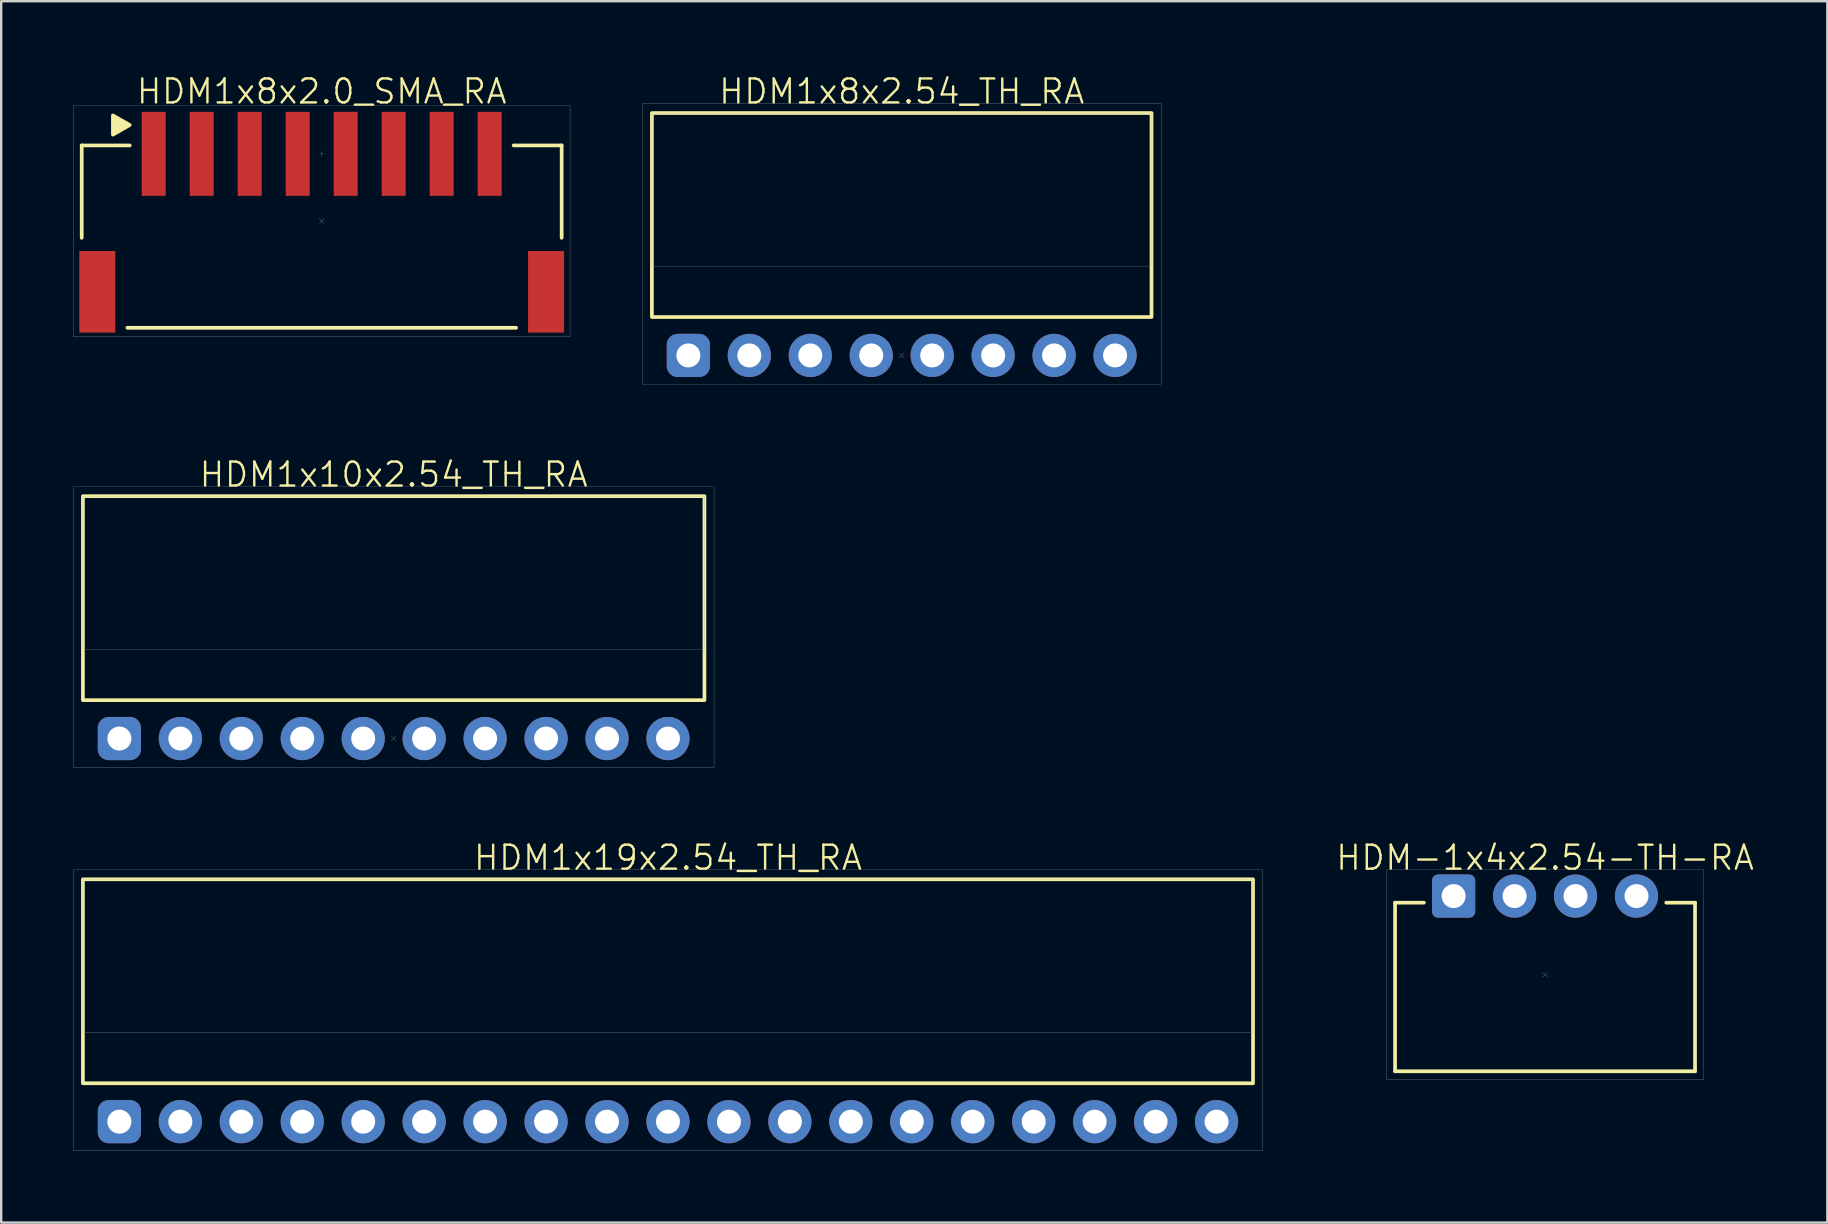
<source format=kicad_pcb>
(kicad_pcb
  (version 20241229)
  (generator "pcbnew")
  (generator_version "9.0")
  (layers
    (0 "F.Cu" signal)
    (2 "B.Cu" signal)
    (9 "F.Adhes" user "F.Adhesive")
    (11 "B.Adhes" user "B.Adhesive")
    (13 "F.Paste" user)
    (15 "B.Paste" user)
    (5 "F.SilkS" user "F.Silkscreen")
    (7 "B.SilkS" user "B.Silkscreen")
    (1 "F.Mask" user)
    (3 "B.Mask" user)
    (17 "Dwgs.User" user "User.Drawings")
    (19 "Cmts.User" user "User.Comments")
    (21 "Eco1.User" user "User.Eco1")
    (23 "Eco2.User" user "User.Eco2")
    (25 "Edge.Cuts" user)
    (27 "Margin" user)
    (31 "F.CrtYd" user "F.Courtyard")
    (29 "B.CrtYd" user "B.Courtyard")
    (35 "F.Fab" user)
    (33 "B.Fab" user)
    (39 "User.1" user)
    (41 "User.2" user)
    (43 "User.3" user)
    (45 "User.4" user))
  (footprint "HDM1x19x2.54_TH_RA"
    (layer "F.Cu")
    (at 24.785 43.691)
    (property "Reference" "HDM1x19x2.54_TH_RA" (at 0 -11 0) (unlocked yes) (layer "F.SilkS") (effects (font (size 1 1) (thickness 0.1))))
    (attr through_hole)
    (fp_rect (start -24.38 -10.1) (end 24.38 -1.6) (stroke (width 0.154) (type default)) (fill no) (layer "F.SilkS"))
    (fp_rect (start -24.78 -10.5) (end 24.78 1.2) (stroke (width 0.01) (type default)) (fill no) (layer "F.Fab"))
    (fp_rect (start -24.38 -10.1) (end 24.38 -3.7) (stroke (width 0.01) (type default)) (fill no) (layer "F.Fab"))
    (pad "1" thru_hole roundrect (at -22.86 0) (size 1.8 1.8) (drill 1) (layers "*.Cu" "*.Mask") (roundrect_rratio 0.25))
    (pad "2" thru_hole circle (at -20.32 0) (size 1.8 1.8) (drill 1) (layers "*.Cu" "*.Mask"))
    (pad "3" thru_hole circle (at -17.78 0) (size 1.8 1.8) (drill 1) (layers "*.Cu" "*.Mask"))
    (pad "4" thru_hole circle (at -15.24 0) (size 1.8 1.8) (drill 1) (layers "*.Cu" "*.Mask"))
    (pad "5" thru_hole circle (at -12.7 0) (size 1.8 1.8) (drill 1) (layers "*.Cu" "*.Mask"))
    (pad "6" thru_hole circle (at -10.16 0) (size 1.8 1.8) (drill 1) (layers "*.Cu" "*.Mask"))
    (pad "7" thru_hole circle (at -7.62 0) (size 1.8 1.8) (drill 1) (layers "*.Cu" "*.Mask"))
    (pad "8" thru_hole circle (at -5.08 0) (size 1.8 1.8) (drill 1) (layers "*.Cu" "*.Mask"))
    (pad "9" thru_hole circle (at -2.54 0) (size 1.8 1.8) (drill 1) (layers "*.Cu" "*.Mask"))
    (pad "10" thru_hole circle (at 0 0) (size 1.8 1.8) (drill 1) (layers "*.Cu" "*.Mask"))
    (pad "11" thru_hole circle (at 2.54 0) (size 1.8 1.8) (drill 1) (layers "*.Cu" "*.Mask"))
    (pad "12" thru_hole circle (at 5.08 0) (size 1.8 1.8) (drill 1) (layers "*.Cu" "*.Mask"))
    (pad "13" thru_hole circle (at 7.62 0) (size 1.8 1.8) (drill 1) (layers "*.Cu" "*.Mask"))
    (pad "14" thru_hole circle (at 10.16 0) (size 1.8 1.8) (drill 1) (layers "*.Cu" "*.Mask"))
    (pad "15" thru_hole circle (at 12.7 0) (size 1.8 1.8) (drill 1) (layers "*.Cu" "*.Mask"))
    (pad "16" thru_hole circle (at 15.24 0) (size 1.8 1.8) (drill 1) (layers "*.Cu" "*.Mask"))
    (pad "17" thru_hole circle (at 17.78 0) (size 1.8 1.8) (drill 1) (layers "*.Cu" "*.Mask"))
    (pad "18" thru_hole circle (at 20.32 0) (size 1.8 1.8) (drill 1) (layers "*.Cu" "*.Mask"))
    (pad "19" thru_hole circle (at 22.86 0) (size 1.8 1.8) (drill 1) (layers "*.Cu" "*.Mask")))
  (footprint "HDM1x8x2.54_TH_RA"
    (layer "F.Cu")
    (at 34.525 11.761)
    (property "Reference" "HDM1x8x2.54_TH_RA" (at 0 -11 0) (unlocked yes) (layer "F.SilkS") (effects (font (size 1 1) (thickness 0.1))))
    (attr through_hole)
    (fp_rect (start -10.41 -10.1) (end 10.41 -1.6) (stroke (width 0.154) (type default)) (fill no) (layer "F.SilkS"))
    (fp_line (start -0.1 -0.1) (end 0.1 0.1) (stroke (width 0.01) (type default)) (layer "F.Fab"))
    (fp_line (start 0.1 -0.1) (end -0.1 0.1) (stroke (width 0.01) (type default)) (layer "F.Fab"))
    (fp_rect (start -10.81 -10.5) (end 10.81 1.2) (stroke (width 0.01) (type default)) (fill no) (layer "F.Fab"))
    (fp_rect (start -10.41 -10.1) (end 10.41 -3.7) (stroke (width 0.01) (type default)) (fill no) (layer "F.Fab"))
    (pad "1" thru_hole roundrect (at -8.89 0) (size 1.8 1.8) (drill 1) (layers "*.Cu" "*.Mask") (roundrect_rratio 0.25))
    (pad "2" thru_hole circle (at -6.35 0) (size 1.8 1.8) (drill 1) (layers "*.Cu" "*.Mask"))
    (pad "3" thru_hole circle (at -3.81 0) (size 1.8 1.8) (drill 1) (layers "*.Cu" "*.Mask"))
    (pad "4" thru_hole circle (at -1.27 0) (size 1.8 1.8) (drill 1) (layers "*.Cu" "*.Mask"))
    (pad "5" thru_hole circle (at 1.27 0) (size 1.8 1.8) (drill 1) (layers "*.Cu" "*.Mask"))
    (pad "6" thru_hole circle (at 3.81 0) (size 1.8 1.8) (drill 1) (layers "*.Cu" "*.Mask"))
    (pad "7" thru_hole circle (at 6.35 0) (size 1.8 1.8) (drill 1) (layers "*.Cu" "*.Mask"))
    (pad "8" thru_hole circle (at 8.89 0) (size 1.8 1.8) (drill 1) (layers "*.Cu" "*.Mask")))
  (footprint "HDM-1x4x2.54-TH-RA"
    (layer "F.Cu")
    (at 61.334 37.566)
    (property "Reference" "HDM-1x4x2.54-TH-RA" (at 0 -4.875 0) (unlocked yes) (layer "F.SilkS") (effects (font (size 1 1) (thickness 0.1))))
    (attr through_hole)
    (fp_line (start -6.25 -3) (end -5.05 -3) (stroke (width 0.154) (type default)) (layer "F.SilkS"))
    (fp_line (start -6.25 4.025) (end -6.25 -3) (stroke (width 0.154) (type default)) (layer "F.SilkS"))
    (fp_line (start -6.25 4.025) (end 6.25 4.025) (stroke (width 0.154) (type default)) (layer "F.SilkS"))
    (fp_line (start 6.25 -3) (end 5.05 -3) (stroke (width 0.154) (type default)) (layer "F.SilkS"))
    (fp_line (start 6.25 4.025) (end 6.25 -3) (stroke (width 0.154) (type default)) (layer "F.SilkS"))
    (fp_line (start -0.1 -0.1) (end 0.1 0.1) (stroke (width 0.01) (type default)) (layer "F.Fab"))
    (fp_line (start 0.1 -0.1) (end -0.1 0.1) (stroke (width 0.01) (type default)) (layer "F.Fab"))
    (fp_rect (start -6.6 -4.375) (end 6.6 4.375) (stroke (width 0.01) (type default)) (fill no) (layer "F.Fab"))
    (pad "1" thru_hole roundrect (at -3.81 -3.275 90) (size 1.8 1.8) (drill 1) (layers "*.Cu" "*.Mask") (roundrect_rratio 0.139))
    (pad "2" thru_hole circle (at -1.27 -3.275 90) (size 1.8 1.8) (drill 1) (layers "*.Cu" "*.Mask"))
    (pad "3" thru_hole circle (at 1.27 -3.275 90) (size 1.8 1.8) (drill 1) (layers "*.Cu" "*.Mask"))
    (pad "4" thru_hole circle (at 3.81 -3.275 90) (size 1.8 1.8) (drill 1) (layers "*.Cu" "*.Mask")))
  (footprint "HDM1x10x2.54_TH_RA"
    (layer "F.Cu")
    (at 13.355 27.726)
    (property "Reference" "HDM1x10x2.54_TH_RA" (at 0 -11 0) (unlocked yes) (layer "F.SilkS") (effects (font (size 1 1) (thickness 0.1))))
    (attr through_hole)
    (fp_rect (start -12.95 -10.1) (end 12.95 -1.6) (stroke (width 0.154) (type default)) (fill no) (layer "F.SilkS"))
    (fp_line (start -0.1 -0.1) (end 0.1 0.1) (stroke (width 0.01) (type default)) (layer "F.Fab"))
    (fp_line (start 0.1 -0.1) (end -0.1 0.1) (stroke (width 0.01) (type default)) (layer "F.Fab"))
    (fp_rect (start -13.35 -10.5) (end 13.35 1.2) (stroke (width 0.01) (type default)) (fill no) (layer "F.Fab"))
    (fp_rect (start -12.95 -10.1) (end 12.95 -3.7) (stroke (width 0.01) (type default)) (fill no) (layer "F.Fab"))
    (pad "1" thru_hole roundrect (at -11.43 0) (size 1.8 1.8) (drill 1) (layers "*.Cu" "*.Mask") (roundrect_rratio 0.25))
    (pad "2" thru_hole circle (at -8.89 0) (size 1.8 1.8) (drill 1) (layers "*.Cu" "*.Mask"))
    (pad "3" thru_hole circle (at -6.35 0) (size 1.8 1.8) (drill 1) (layers "*.Cu" "*.Mask"))
    (pad "4" thru_hole circle (at -3.81 0) (size 1.8 1.8) (drill 1) (layers "*.Cu" "*.Mask"))
    (pad "5" thru_hole circle (at -1.27 0) (size 1.8 1.8) (drill 1) (layers "*.Cu" "*.Mask"))
    (pad "6" thru_hole circle (at 1.27 0) (size 1.8 1.8) (drill 1) (layers "*.Cu" "*.Mask"))
    (pad "7" thru_hole circle (at 3.81 0) (size 1.8 1.8) (drill 1) (layers "*.Cu" "*.Mask"))
    (pad "8" thru_hole circle (at 6.35 0) (size 1.8 1.8) (drill 1) (layers "*.Cu" "*.Mask"))
    (pad "9" thru_hole circle (at 8.89 0) (size 1.8 1.8) (drill 1) (layers "*.Cu" "*.Mask"))
    (pad "10" thru_hole circle (at 11.43 0) (size 1.8 1.8) (drill 1) (layers "*.Cu" "*.Mask")))
  (footprint "HDM1x8x2.0_SMA_RA"
    (layer "F.Cu")
    (at 10.355 6.16)
    (property "Reference" "HDM1x8x2.0_SMA_RA" (at 0 -5.4 0) (unlocked yes) (layer "F.SilkS") (effects (font (size 1 1) (thickness 0.1))))
    (attr smd)
    (fp_line (start -10 -3.15) (end -8 -3.15) (stroke (width 0.154) (type default)) (layer "F.SilkS"))
    (fp_line (start -10 0.7) (end -10 -3.15) (stroke (width 0.154) (type default)) (layer "F.SilkS"))
    (fp_line (start -8.1 4.45) (end 8.1 4.45) (stroke (width 0.154) (type default)) (layer "F.SilkS"))
    (fp_line (start 8 -3.15) (end 10 -3.15) (stroke (width 0.154) (type default)) (layer "F.SilkS"))
    (fp_line (start 10 0.7) (end 10 -3.15) (stroke (width 0.154) (type default)) (layer "F.SilkS"))
    (fp_poly (pts (xy -8.7 -4.4) (xy -8.7 -3.6) (xy -8 -4)) (stroke (width 0.154) (type solid)) (fill yes) (layer "F.SilkS"))
    (fp_line (start -0.1 -2.8) (end 0.1 -2.8) (stroke (width 0.01) (type default)) (layer "F.Fab"))
    (fp_line (start -0.1 -0.1) (end 0.1 0.1) (stroke (width 0.01) (type default)) (layer "F.Fab"))
    (fp_line (start 0 -2.9) (end 0 -2.7) (stroke (width 0.01) (type default)) (layer "F.Fab"))
    (fp_line (start 0.1 -0.1) (end -0.1 0.1) (stroke (width 0.01) (type default)) (layer "F.Fab"))
    (fp_rect (start -10.35 -4.825) (end 10.35 4.825) (stroke (width 0.01) (type default)) (fill no) (layer "F.Fab"))
    (pad "1" smd rect (at -7 -2.8) (size 1 3.5) (layers "F.Cu" "F.Mask" "F.Paste"))
    (pad "2" smd rect (at -5 -2.8) (size 1 3.5) (layers "F.Cu" "F.Mask" "F.Paste"))
    (pad "3" smd rect (at -3 -2.8) (size 1 3.5) (layers "F.Cu" "F.Mask" "F.Paste"))
    (pad "4" smd rect (at -1 -2.8) (size 1 3.5) (layers "F.Cu" "F.Mask" "F.Paste"))
    (pad "5" smd rect (at 1 -2.8) (size 1 3.5) (layers "F.Cu" "F.Mask" "F.Paste"))
    (pad "6" smd rect (at 3 -2.8) (size 1 3.5) (layers "F.Cu" "F.Mask" "F.Paste"))
    (pad "7" smd rect (at 5 -2.8) (size 1 3.5) (layers "F.Cu" "F.Mask" "F.Paste"))
    (pad "8" smd rect (at 7 -2.8) (size 1 3.5) (layers "F.Cu" "F.Mask" "F.Paste"))
    (pad "9" smd rect (at -9.35 2.95) (size 1.5 3.4) (layers "F.Cu" "F.Mask" "F.Paste"))
    (pad "9" smd rect (at 9.35 2.95) (size 1.5 3.4) (layers "F.Cu" "F.Mask" "F.Paste")))
  (gr_rect
    (start -3 -3)
    (end 73.099 47.897)
    (stroke (width 0.1) (type default))
    (fill no)
    (layer "Edge.Cuts")))
</source>
